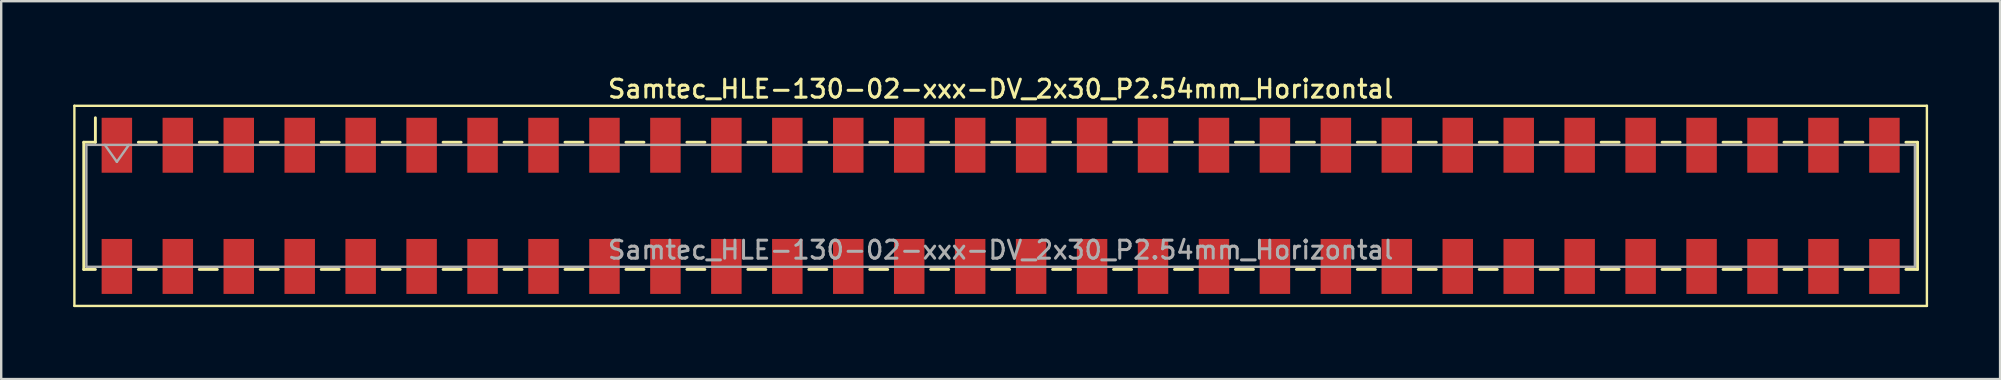
<source format=kicad_pcb>
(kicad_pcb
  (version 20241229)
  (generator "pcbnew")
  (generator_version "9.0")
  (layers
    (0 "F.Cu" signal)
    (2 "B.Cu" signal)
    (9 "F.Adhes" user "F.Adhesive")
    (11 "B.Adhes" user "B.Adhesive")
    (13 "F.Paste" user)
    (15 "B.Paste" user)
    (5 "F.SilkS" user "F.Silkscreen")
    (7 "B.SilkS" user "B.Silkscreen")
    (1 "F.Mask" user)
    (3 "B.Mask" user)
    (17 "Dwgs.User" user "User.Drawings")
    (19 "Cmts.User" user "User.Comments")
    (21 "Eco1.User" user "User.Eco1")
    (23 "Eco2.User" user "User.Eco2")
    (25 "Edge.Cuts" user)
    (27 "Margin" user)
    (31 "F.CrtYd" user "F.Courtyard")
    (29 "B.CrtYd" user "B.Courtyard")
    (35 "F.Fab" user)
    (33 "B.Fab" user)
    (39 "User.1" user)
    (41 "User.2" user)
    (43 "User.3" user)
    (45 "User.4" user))
  (footprint "Samtec_HLE-130-02-xxx-DV_2x30_P2.54mm_Horizontal"
    (layer "F.Cu")
    (at 38.65 5.528)
    (property "Reference" "Samtec_HLE-130-02-xxx-DV_2x30_P2.54mm_Horizontal" (at 0 -4.87 0) (layer "F.SilkS") (effects (font (size 0.75 0.75) (thickness 0.125))))
    (attr smd)
    (fp_line (start -38.6 -4.17) (end 38.6 -4.17) (stroke (width 0.1) (type solid)) (layer "F.SilkS"))
    (fp_line (start -38.6 4.17) (end -38.6 -4.17) (stroke (width 0.1) (type solid)) (layer "F.SilkS"))
    (fp_line (start -38.21 -2.65) (end -38.21 2.65) (stroke (width 0.12) (type solid)) (layer "F.SilkS"))
    (fp_line (start -38.21 2.65) (end -37.725 2.65) (stroke (width 0.12) (type solid)) (layer "F.SilkS"))
    (fp_line (start -37.725 -3.67) (end -37.725 -2.65) (stroke (width 0.12) (type solid)) (layer "F.SilkS"))
    (fp_line (start -37.725 -2.65) (end -38.21 -2.65) (stroke (width 0.12) (type solid)) (layer "F.SilkS"))
    (fp_line (start -35.935 -2.65) (end -35.185 -2.65) (stroke (width 0.12) (type solid)) (layer "F.SilkS"))
    (fp_line (start -35.935 2.65) (end -35.185 2.65) (stroke (width 0.12) (type solid)) (layer "F.SilkS"))
    (fp_line (start -33.395 -2.65) (end -32.645 -2.65) (stroke (width 0.12) (type solid)) (layer "F.SilkS"))
    (fp_line (start -33.395 2.65) (end -32.645 2.65) (stroke (width 0.12) (type solid)) (layer "F.SilkS"))
    (fp_line (start -30.855 -2.65) (end -30.105 -2.65) (stroke (width 0.12) (type solid)) (layer "F.SilkS"))
    (fp_line (start -30.855 2.65) (end -30.105 2.65) (stroke (width 0.12) (type solid)) (layer "F.SilkS"))
    (fp_line (start -28.315 -2.65) (end -27.565 -2.65) (stroke (width 0.12) (type solid)) (layer "F.SilkS"))
    (fp_line (start -28.315 2.65) (end -27.565 2.65) (stroke (width 0.12) (type solid)) (layer "F.SilkS"))
    (fp_line (start -25.775 -2.65) (end -25.025 -2.65) (stroke (width 0.12) (type solid)) (layer "F.SilkS"))
    (fp_line (start -25.775 2.65) (end -25.025 2.65) (stroke (width 0.12) (type solid)) (layer "F.SilkS"))
    (fp_line (start -23.235 -2.65) (end -22.485 -2.65) (stroke (width 0.12) (type solid)) (layer "F.SilkS"))
    (fp_line (start -23.235 2.65) (end -22.485 2.65) (stroke (width 0.12) (type solid)) (layer "F.SilkS"))
    (fp_line (start -20.695 -2.65) (end -19.945 -2.65) (stroke (width 0.12) (type solid)) (layer "F.SilkS"))
    (fp_line (start -20.695 2.65) (end -19.945 2.65) (stroke (width 0.12) (type solid)) (layer "F.SilkS"))
    (fp_line (start -18.155 -2.65) (end -17.405 -2.65) (stroke (width 0.12) (type solid)) (layer "F.SilkS"))
    (fp_line (start -18.155 2.65) (end -17.405 2.65) (stroke (width 0.12) (type solid)) (layer "F.SilkS"))
    (fp_line (start -15.615 -2.65) (end -14.865 -2.65) (stroke (width 0.12) (type solid)) (layer "F.SilkS"))
    (fp_line (start -15.615 2.65) (end -14.865 2.65) (stroke (width 0.12) (type solid)) (layer "F.SilkS"))
    (fp_line (start -13.075 -2.65) (end -12.325 -2.65) (stroke (width 0.12) (type solid)) (layer "F.SilkS"))
    (fp_line (start -13.075 2.65) (end -12.325 2.65) (stroke (width 0.12) (type solid)) (layer "F.SilkS"))
    (fp_line (start -10.535 -2.65) (end -9.785 -2.65) (stroke (width 0.12) (type solid)) (layer "F.SilkS"))
    (fp_line (start -10.535 2.65) (end -9.785 2.65) (stroke (width 0.12) (type solid)) (layer "F.SilkS"))
    (fp_line (start -7.995 -2.65) (end -7.245 -2.65) (stroke (width 0.12) (type solid)) (layer "F.SilkS"))
    (fp_line (start -7.995 2.65) (end -7.245 2.65) (stroke (width 0.12) (type solid)) (layer "F.SilkS"))
    (fp_line (start -5.455 -2.65) (end -4.705 -2.65) (stroke (width 0.12) (type solid)) (layer "F.SilkS"))
    (fp_line (start -5.455 2.65) (end -4.705 2.65) (stroke (width 0.12) (type solid)) (layer "F.SilkS"))
    (fp_line (start -2.915 -2.65) (end -2.165 -2.65) (stroke (width 0.12) (type solid)) (layer "F.SilkS"))
    (fp_line (start -2.915 2.65) (end -2.165 2.65) (stroke (width 0.12) (type solid)) (layer "F.SilkS"))
    (fp_line (start -0.375 -2.65) (end 0.375 -2.65) (stroke (width 0.12) (type solid)) (layer "F.SilkS"))
    (fp_line (start -0.375 2.65) (end 0.375 2.65) (stroke (width 0.12) (type solid)) (layer "F.SilkS"))
    (fp_line (start 2.165 -2.65) (end 2.915 -2.65) (stroke (width 0.12) (type solid)) (layer "F.SilkS"))
    (fp_line (start 2.165 2.65) (end 2.915 2.65) (stroke (width 0.12) (type solid)) (layer "F.SilkS"))
    (fp_line (start 4.705 -2.65) (end 5.455 -2.65) (stroke (width 0.12) (type solid)) (layer "F.SilkS"))
    (fp_line (start 4.705 2.65) (end 5.455 2.65) (stroke (width 0.12) (type solid)) (layer "F.SilkS"))
    (fp_line (start 7.245 -2.65) (end 7.995 -2.65) (stroke (width 0.12) (type solid)) (layer "F.SilkS"))
    (fp_line (start 7.245 2.65) (end 7.995 2.65) (stroke (width 0.12) (type solid)) (layer "F.SilkS"))
    (fp_line (start 9.785 -2.65) (end 10.535 -2.65) (stroke (width 0.12) (type solid)) (layer "F.SilkS"))
    (fp_line (start 9.785 2.65) (end 10.535 2.65) (stroke (width 0.12) (type solid)) (layer "F.SilkS"))
    (fp_line (start 12.325 -2.65) (end 13.075 -2.65) (stroke (width 0.12) (type solid)) (layer "F.SilkS"))
    (fp_line (start 12.325 2.65) (end 13.075 2.65) (stroke (width 0.12) (type solid)) (layer "F.SilkS"))
    (fp_line (start 14.865 -2.65) (end 15.615 -2.65) (stroke (width 0.12) (type solid)) (layer "F.SilkS"))
    (fp_line (start 14.865 2.65) (end 15.615 2.65) (stroke (width 0.12) (type solid)) (layer "F.SilkS"))
    (fp_line (start 17.405 -2.65) (end 18.155 -2.65) (stroke (width 0.12) (type solid)) (layer "F.SilkS"))
    (fp_line (start 17.405 2.65) (end 18.155 2.65) (stroke (width 0.12) (type solid)) (layer "F.SilkS"))
    (fp_line (start 19.945 -2.65) (end 20.695 -2.65) (stroke (width 0.12) (type solid)) (layer "F.SilkS"))
    (fp_line (start 19.945 2.65) (end 20.695 2.65) (stroke (width 0.12) (type solid)) (layer "F.SilkS"))
    (fp_line (start 22.485 -2.65) (end 23.235 -2.65) (stroke (width 0.12) (type solid)) (layer "F.SilkS"))
    (fp_line (start 22.485 2.65) (end 23.235 2.65) (stroke (width 0.12) (type solid)) (layer "F.SilkS"))
    (fp_line (start 25.025 -2.65) (end 25.775 -2.65) (stroke (width 0.12) (type solid)) (layer "F.SilkS"))
    (fp_line (start 25.025 2.65) (end 25.775 2.65) (stroke (width 0.12) (type solid)) (layer "F.SilkS"))
    (fp_line (start 27.565 -2.65) (end 28.315 -2.65) (stroke (width 0.12) (type solid)) (layer "F.SilkS"))
    (fp_line (start 27.565 2.65) (end 28.315 2.65) (stroke (width 0.12) (type solid)) (layer "F.SilkS"))
    (fp_line (start 30.105 -2.65) (end 30.855 -2.65) (stroke (width 0.12) (type solid)) (layer "F.SilkS"))
    (fp_line (start 30.105 2.65) (end 30.855 2.65) (stroke (width 0.12) (type solid)) (layer "F.SilkS"))
    (fp_line (start 32.645 -2.65) (end 33.395 -2.65) (stroke (width 0.12) (type solid)) (layer "F.SilkS"))
    (fp_line (start 32.645 2.65) (end 33.395 2.65) (stroke (width 0.12) (type solid)) (layer "F.SilkS"))
    (fp_line (start 35.185 -2.65) (end 35.935 -2.65) (stroke (width 0.12) (type solid)) (layer "F.SilkS"))
    (fp_line (start 35.185 2.65) (end 35.935 2.65) (stroke (width 0.12) (type solid)) (layer "F.SilkS"))
    (fp_line (start 37.725 -2.65) (end 38.21 -2.65) (stroke (width 0.12) (type solid)) (layer "F.SilkS"))
    (fp_line (start 38.21 -2.65) (end 38.21 2.65) (stroke (width 0.12) (type solid)) (layer "F.SilkS"))
    (fp_line (start 38.21 2.65) (end 37.725 2.65) (stroke (width 0.12) (type solid)) (layer "F.SilkS"))
    (fp_line (start 38.6 -4.17) (end 38.6 4.17) (stroke (width 0.1) (type solid)) (layer "F.SilkS"))
    (fp_line (start 38.6 4.17) (end -38.6 4.17) (stroke (width 0.1) (type solid)) (layer "F.SilkS"))
    (fp_line (start -38.1 -2.54) (end 38.1 -2.54) (stroke (width 0.1) (type solid)) (layer "F.Fab"))
    (fp_line (start -38.1 2.54) (end -38.1 -2.54) (stroke (width 0.1) (type solid)) (layer "F.Fab"))
    (fp_line (start -37.33 -2.54) (end -36.83 -1.833) (stroke (width 0.1) (type solid)) (layer "F.Fab"))
    (fp_line (start -36.83 -1.833) (end -36.33 -2.54) (stroke (width 0.1) (type solid)) (layer "F.Fab"))
    (fp_line (start 38.1 -2.54) (end 38.1 2.54) (stroke (width 0.1) (type solid)) (layer "F.Fab"))
    (fp_line (start 38.1 2.54) (end -38.1 2.54) (stroke (width 0.1) (type solid)) (layer "F.Fab"))
    (fp_text user "${REFERENCE}" (at 0 1.84 0) (layer "F.Fab") (effects (font (size 0.75 0.75) (thickness 0.125))))
    (pad "1" smd rect (at -36.83 -2.525) (size 1.27 2.29) (layers "F.Cu" "F.Mask" "F.Paste"))
    (pad "2" smd rect (at -36.83 2.525) (size 1.27 2.29) (layers "F.Cu" "F.Mask" "F.Paste"))
    (pad "3" smd rect (at -34.29 -2.525) (size 1.27 2.29) (layers "F.Cu" "F.Mask" "F.Paste"))
    (pad "4" smd rect (at -34.29 2.525) (size 1.27 2.29) (layers "F.Cu" "F.Mask" "F.Paste"))
    (pad "5" smd rect (at -31.75 -2.525) (size 1.27 2.29) (layers "F.Cu" "F.Mask" "F.Paste"))
    (pad "6" smd rect (at -31.75 2.525) (size 1.27 2.29) (layers "F.Cu" "F.Mask" "F.Paste"))
    (pad "7" smd rect (at -29.21 -2.525) (size 1.27 2.29) (layers "F.Cu" "F.Mask" "F.Paste"))
    (pad "8" smd rect (at -29.21 2.525) (size 1.27 2.29) (layers "F.Cu" "F.Mask" "F.Paste"))
    (pad "9" smd rect (at -26.67 -2.525) (size 1.27 2.29) (layers "F.Cu" "F.Mask" "F.Paste"))
    (pad "10" smd rect (at -26.67 2.525) (size 1.27 2.29) (layers "F.Cu" "F.Mask" "F.Paste"))
    (pad "11" smd rect (at -24.13 -2.525) (size 1.27 2.29) (layers "F.Cu" "F.Mask" "F.Paste"))
    (pad "12" smd rect (at -24.13 2.525) (size 1.27 2.29) (layers "F.Cu" "F.Mask" "F.Paste"))
    (pad "13" smd rect (at -21.59 -2.525) (size 1.27 2.29) (layers "F.Cu" "F.Mask" "F.Paste"))
    (pad "14" smd rect (at -21.59 2.525) (size 1.27 2.29) (layers "F.Cu" "F.Mask" "F.Paste"))
    (pad "15" smd rect (at -19.05 -2.525) (size 1.27 2.29) (layers "F.Cu" "F.Mask" "F.Paste"))
    (pad "16" smd rect (at -19.05 2.525) (size 1.27 2.29) (layers "F.Cu" "F.Mask" "F.Paste"))
    (pad "17" smd rect (at -16.51 -2.525) (size 1.27 2.29) (layers "F.Cu" "F.Mask" "F.Paste"))
    (pad "18" smd rect (at -16.51 2.525) (size 1.27 2.29) (layers "F.Cu" "F.Mask" "F.Paste"))
    (pad "19" smd rect (at -13.97 -2.525) (size 1.27 2.29) (layers "F.Cu" "F.Mask" "F.Paste"))
    (pad "20" smd rect (at -13.97 2.525) (size 1.27 2.29) (layers "F.Cu" "F.Mask" "F.Paste"))
    (pad "21" smd rect (at -11.43 -2.525) (size 1.27 2.29) (layers "F.Cu" "F.Mask" "F.Paste"))
    (pad "22" smd rect (at -11.43 2.525) (size 1.27 2.29) (layers "F.Cu" "F.Mask" "F.Paste"))
    (pad "23" smd rect (at -8.89 -2.525) (size 1.27 2.29) (layers "F.Cu" "F.Mask" "F.Paste"))
    (pad "24" smd rect (at -8.89 2.525) (size 1.27 2.29) (layers "F.Cu" "F.Mask" "F.Paste"))
    (pad "25" smd rect (at -6.35 -2.525) (size 1.27 2.29) (layers "F.Cu" "F.Mask" "F.Paste"))
    (pad "26" smd rect (at -6.35 2.525) (size 1.27 2.29) (layers "F.Cu" "F.Mask" "F.Paste"))
    (pad "27" smd rect (at -3.81 -2.525) (size 1.27 2.29) (layers "F.Cu" "F.Mask" "F.Paste"))
    (pad "28" smd rect (at -3.81 2.525) (size 1.27 2.29) (layers "F.Cu" "F.Mask" "F.Paste"))
    (pad "29" smd rect (at -1.27 -2.525) (size 1.27 2.29) (layers "F.Cu" "F.Mask" "F.Paste"))
    (pad "30" smd rect (at -1.27 2.525) (size 1.27 2.29) (layers "F.Cu" "F.Mask" "F.Paste"))
    (pad "31" smd rect (at 1.27 -2.525) (size 1.27 2.29) (layers "F.Cu" "F.Mask" "F.Paste"))
    (pad "32" smd rect (at 1.27 2.525) (size 1.27 2.29) (layers "F.Cu" "F.Mask" "F.Paste"))
    (pad "33" smd rect (at 3.81 -2.525) (size 1.27 2.29) (layers "F.Cu" "F.Mask" "F.Paste"))
    (pad "34" smd rect (at 3.81 2.525) (size 1.27 2.29) (layers "F.Cu" "F.Mask" "F.Paste"))
    (pad "35" smd rect (at 6.35 -2.525) (size 1.27 2.29) (layers "F.Cu" "F.Mask" "F.Paste"))
    (pad "36" smd rect (at 6.35 2.525) (size 1.27 2.29) (layers "F.Cu" "F.Mask" "F.Paste"))
    (pad "37" smd rect (at 8.89 -2.525) (size 1.27 2.29) (layers "F.Cu" "F.Mask" "F.Paste"))
    (pad "38" smd rect (at 8.89 2.525) (size 1.27 2.29) (layers "F.Cu" "F.Mask" "F.Paste"))
    (pad "39" smd rect (at 11.43 -2.525) (size 1.27 2.29) (layers "F.Cu" "F.Mask" "F.Paste"))
    (pad "40" smd rect (at 11.43 2.525) (size 1.27 2.29) (layers "F.Cu" "F.Mask" "F.Paste"))
    (pad "41" smd rect (at 13.97 -2.525) (size 1.27 2.29) (layers "F.Cu" "F.Mask" "F.Paste"))
    (pad "42" smd rect (at 13.97 2.525) (size 1.27 2.29) (layers "F.Cu" "F.Mask" "F.Paste"))
    (pad "43" smd rect (at 16.51 -2.525) (size 1.27 2.29) (layers "F.Cu" "F.Mask" "F.Paste"))
    (pad "44" smd rect (at 16.51 2.525) (size 1.27 2.29) (layers "F.Cu" "F.Mask" "F.Paste"))
    (pad "45" smd rect (at 19.05 -2.525) (size 1.27 2.29) (layers "F.Cu" "F.Mask" "F.Paste"))
    (pad "46" smd rect (at 19.05 2.525) (size 1.27 2.29) (layers "F.Cu" "F.Mask" "F.Paste"))
    (pad "47" smd rect (at 21.59 -2.525) (size 1.27 2.29) (layers "F.Cu" "F.Mask" "F.Paste"))
    (pad "48" smd rect (at 21.59 2.525) (size 1.27 2.29) (layers "F.Cu" "F.Mask" "F.Paste"))
    (pad "49" smd rect (at 24.13 -2.525) (size 1.27 2.29) (layers "F.Cu" "F.Mask" "F.Paste"))
    (pad "50" smd rect (at 24.13 2.525) (size 1.27 2.29) (layers "F.Cu" "F.Mask" "F.Paste"))
    (pad "51" smd rect (at 26.67 -2.525) (size 1.27 2.29) (layers "F.Cu" "F.Mask" "F.Paste"))
    (pad "52" smd rect (at 26.67 2.525) (size 1.27 2.29) (layers "F.Cu" "F.Mask" "F.Paste"))
    (pad "53" smd rect (at 29.21 -2.525) (size 1.27 2.29) (layers "F.Cu" "F.Mask" "F.Paste"))
    (pad "54" smd rect (at 29.21 2.525) (size 1.27 2.29) (layers "F.Cu" "F.Mask" "F.Paste"))
    (pad "55" smd rect (at 31.75 -2.525) (size 1.27 2.29) (layers "F.Cu" "F.Mask" "F.Paste"))
    (pad "56" smd rect (at 31.75 2.525) (size 1.27 2.29) (layers "F.Cu" "F.Mask" "F.Paste"))
    (pad "57" smd rect (at 34.29 -2.525) (size 1.27 2.29) (layers "F.Cu" "F.Mask" "F.Paste"))
    (pad "58" smd rect (at 34.29 2.525) (size 1.27 2.29) (layers "F.Cu" "F.Mask" "F.Paste"))
    (pad "59" smd rect (at 36.83 -2.525) (size 1.27 2.29) (layers "F.Cu" "F.Mask" "F.Paste"))
    (pad "60" smd rect (at 36.83 2.525) (size 1.27 2.29) (layers "F.Cu" "F.Mask" "F.Paste")))
  (gr_rect
    (start -3 -3)
    (end 80.3 12.748)
    (stroke (width 0.1) (type default))
    (fill no)
    (layer "Edge.Cuts")))
</source>
